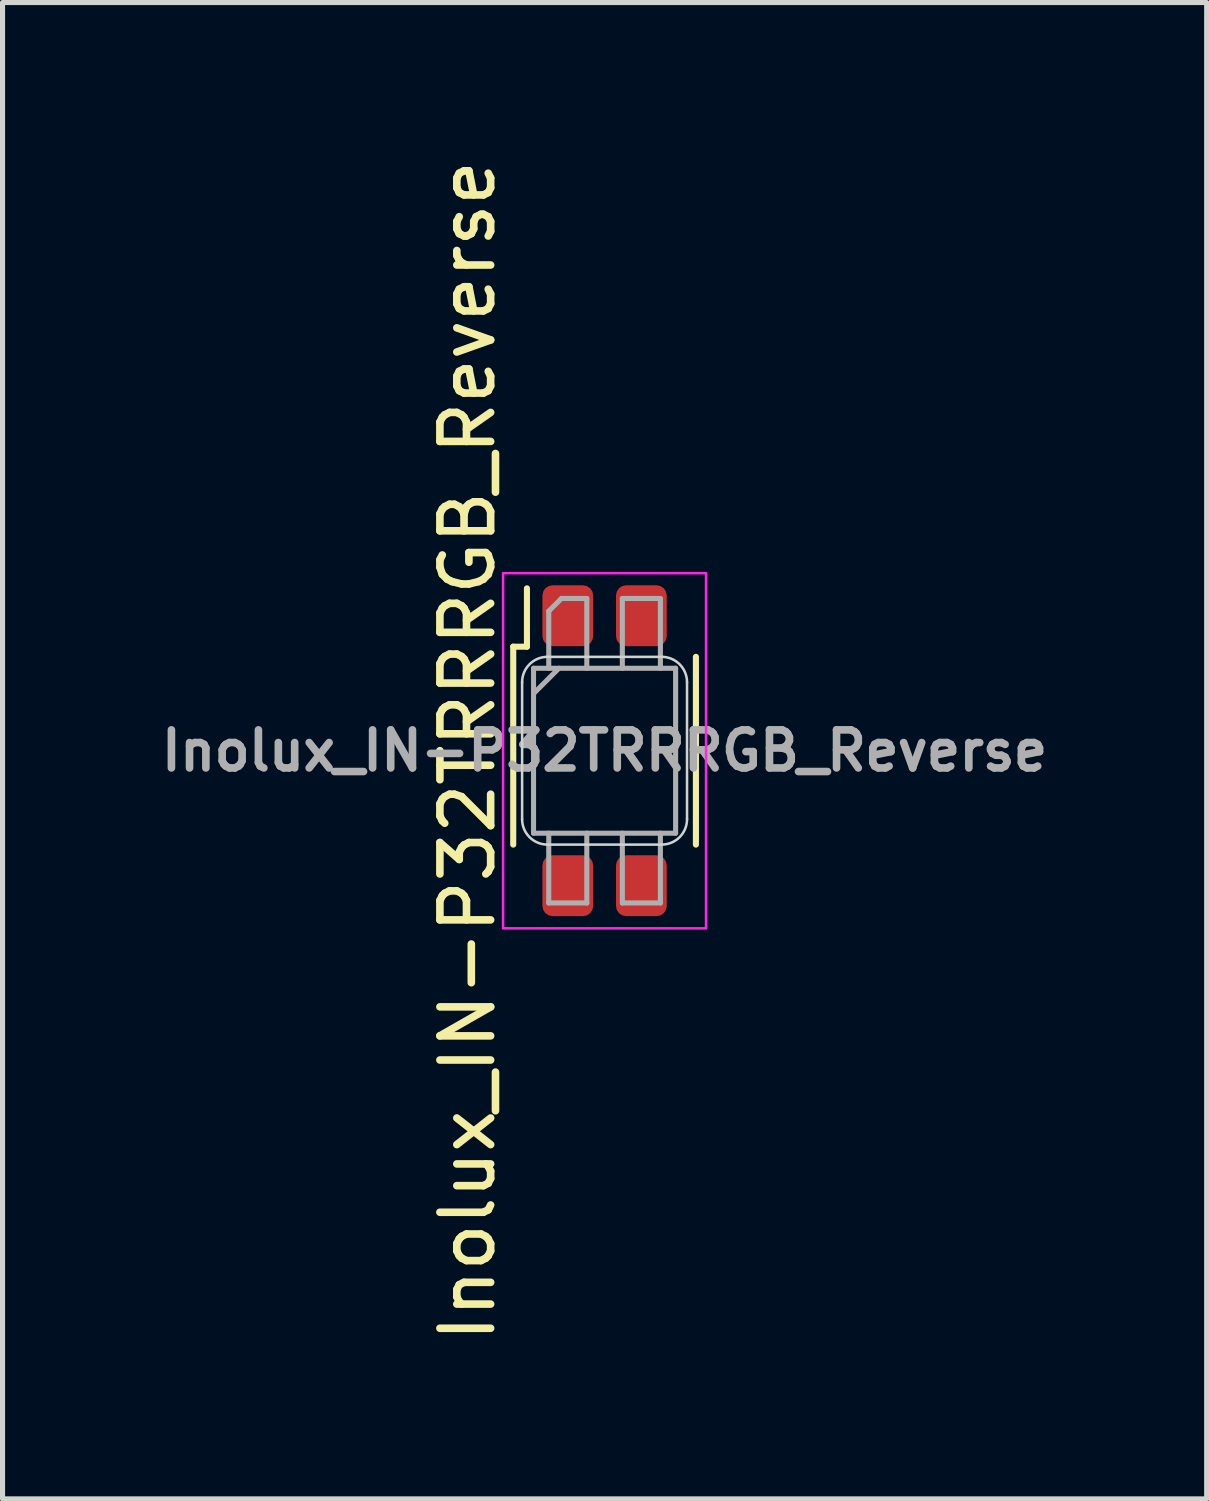
<source format=kicad_pcb>
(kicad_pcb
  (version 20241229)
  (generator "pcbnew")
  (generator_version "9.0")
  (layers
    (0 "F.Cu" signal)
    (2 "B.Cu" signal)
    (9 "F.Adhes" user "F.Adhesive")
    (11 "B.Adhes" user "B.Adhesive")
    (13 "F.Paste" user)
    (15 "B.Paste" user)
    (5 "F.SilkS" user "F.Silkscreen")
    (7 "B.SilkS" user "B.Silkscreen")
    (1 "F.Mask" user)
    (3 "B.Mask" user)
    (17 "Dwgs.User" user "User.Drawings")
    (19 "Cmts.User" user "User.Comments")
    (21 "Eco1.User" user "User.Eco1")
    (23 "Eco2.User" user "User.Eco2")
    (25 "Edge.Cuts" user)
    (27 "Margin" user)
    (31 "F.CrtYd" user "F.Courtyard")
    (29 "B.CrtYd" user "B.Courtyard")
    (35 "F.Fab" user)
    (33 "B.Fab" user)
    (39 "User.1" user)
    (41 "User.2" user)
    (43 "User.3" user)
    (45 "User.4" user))
  (footprint "Inolux_IN-P32TRRRGB_Reverse"
    (layer "F.Cu")
    (at 8.864 11.744)
    (property "Reference" "Inolux_IN-P32TRRRGB_Reverse" (at -2.7 0 90) (layer "F.SilkS") (effects (font (size 1 1) (thickness 0.15))))
    (attr smd)
    (fp_line (start -1.8 1.85) (end -1.8 -2.05) (stroke (width 0.12) (type solid)) (layer "F.SilkS"))
    (fp_line (start -1.53 -2.05) (end -1.8 -2.05) (stroke (width 0.12) (type solid)) (layer "F.SilkS"))
    (fp_line (start -1.53 -2.05) (end -1.53 -3.2) (stroke (width 0.12) (type solid)) (layer "F.SilkS"))
    (fp_line (start 1.8 -1.85) (end 1.8 1.85) (stroke (width 0.12) (type solid)) (layer "F.SilkS"))
    (fp_line (start -1.625 1.35) (end -1.625 -1.35) (stroke (width 0.05) (type default)) (layer "Edge.Cuts"))
    (fp_line (start -1.125 -1.85) (end 1.125 -1.85) (stroke (width 0.05) (type default)) (layer "Edge.Cuts"))
    (fp_line (start 1.125 1.85) (end -1.125 1.85) (stroke (width 0.05) (type default)) (layer "Edge.Cuts"))
    (fp_line (start 1.625 -1.35) (end 1.625 1.35) (stroke (width 0.05) (type default)) (layer "Edge.Cuts"))
    (fp_arc (start -1.625 -1.35) (mid -1.478553 -1.703553) (end -1.125 -1.85) (stroke (width 0.05) (type default)) (layer "Edge.Cuts"))
    (fp_arc (start -1.125 1.85) (mid -1.478553 1.703553) (end -1.625 1.35) (stroke (width 0.05) (type default)) (layer "Edge.Cuts"))
    (fp_arc (start 1.125 -1.85) (mid 1.478553 -1.703553) (end 1.625 -1.35) (stroke (width 0.05) (type default)) (layer "Edge.Cuts"))
    (fp_arc (start 1.625 1.35) (mid 1.478553 1.703553) (end 1.125 1.85) (stroke (width 0.05) (type default)) (layer "Edge.Cuts"))
    (fp_rect (start -2 -3.5) (end 2 3.5) (stroke (width 0.05) (type solid)) (fill no) (layer "F.CrtYd"))
    (fp_line (start -1.4 -1.625) (end 1.4 -1.625) (stroke (width 0.1) (type solid)) (layer "F.Fab"))
    (fp_line (start -1.4 -1.125) (end -0.9 -1.625) (stroke (width 0.1) (type solid)) (layer "F.Fab"))
    (fp_line (start -1.4 1.625) (end -1.4 -1.625) (stroke (width 0.1) (type solid)) (layer "F.Fab"))
    (fp_line (start -1.1 -2.75) (end -1.1 -1.625) (stroke (width 0.1) (type solid)) (layer "F.Fab"))
    (fp_line (start -1.1 -2.75) (end -0.85 -3) (stroke (width 0.1) (type solid)) (layer "F.Fab"))
    (fp_line (start -1.1 3) (end -1.1 1.625) (stroke (width 0.1) (type solid)) (layer "F.Fab"))
    (fp_line (start -0.35 -3) (end -0.85 -3) (stroke (width 0.1) (type solid)) (layer "F.Fab"))
    (fp_line (start -0.35 -3) (end -0.35 -1.625) (stroke (width 0.1) (type solid)) (layer "F.Fab"))
    (fp_line (start -0.35 3) (end -1.1 3) (stroke (width 0.1) (type solid)) (layer "F.Fab"))
    (fp_line (start -0.35 3) (end -0.35 1.625) (stroke (width 0.1) (type solid)) (layer "F.Fab"))
    (fp_line (start 0.35 -3) (end 0.35 -1.625) (stroke (width 0.1) (type solid)) (layer "F.Fab"))
    (fp_line (start 0.35 -3) (end 1.1 -3) (stroke (width 0.1) (type solid)) (layer "F.Fab"))
    (fp_line (start 0.35 3) (end 0.35 1.625) (stroke (width 0.1) (type solid)) (layer "F.Fab"))
    (fp_line (start 0.35 3) (end 1.1 3) (stroke (width 0.1) (type solid)) (layer "F.Fab"))
    (fp_line (start 1.1 -3) (end 1.1 -1.625) (stroke (width 0.1) (type solid)) (layer "F.Fab"))
    (fp_line (start 1.1 3) (end 1.1 1.625) (stroke (width 0.1) (type solid)) (layer "F.Fab"))
    (fp_line (start 1.4 -1.625) (end 1.4 1.625) (stroke (width 0.1) (type solid)) (layer "F.Fab"))
    (fp_line (start 1.4 1.625) (end -1.4 1.625) (stroke (width 0.1) (type solid)) (layer "F.Fab"))
    (fp_text user "${REFERENCE}" (at 0 0 0) (layer "F.Fab") (effects (font (size 0.75 0.75) (thickness 0.15))))
    (pad "1" smd roundrect (at -0.725 -2.66) (size 1 1.2) (layers "F.Cu" "F.Mask" "F.Paste") (roundrect_rratio 0.2))
    (pad "2" smd roundrect (at -0.725 2.66) (size 1 1.2) (layers "F.Cu" "F.Mask" "F.Paste") (roundrect_rratio 0.2))
    (pad "3" smd roundrect (at 0.725 2.66) (size 1 1.2) (layers "F.Cu" "F.Mask" "F.Paste") (roundrect_rratio 0.2))
    (pad "4" smd roundrect (at 0.725 -2.66) (size 1 1.2) (layers "F.Cu" "F.Mask" "F.Paste") (roundrect_rratio 0.2)))
  (gr_rect
    (start -3 -3)
    (end 20.729 26.488)
    (stroke (width 0.1) (type default))
    (fill no)
    (layer "Edge.Cuts")))
</source>
